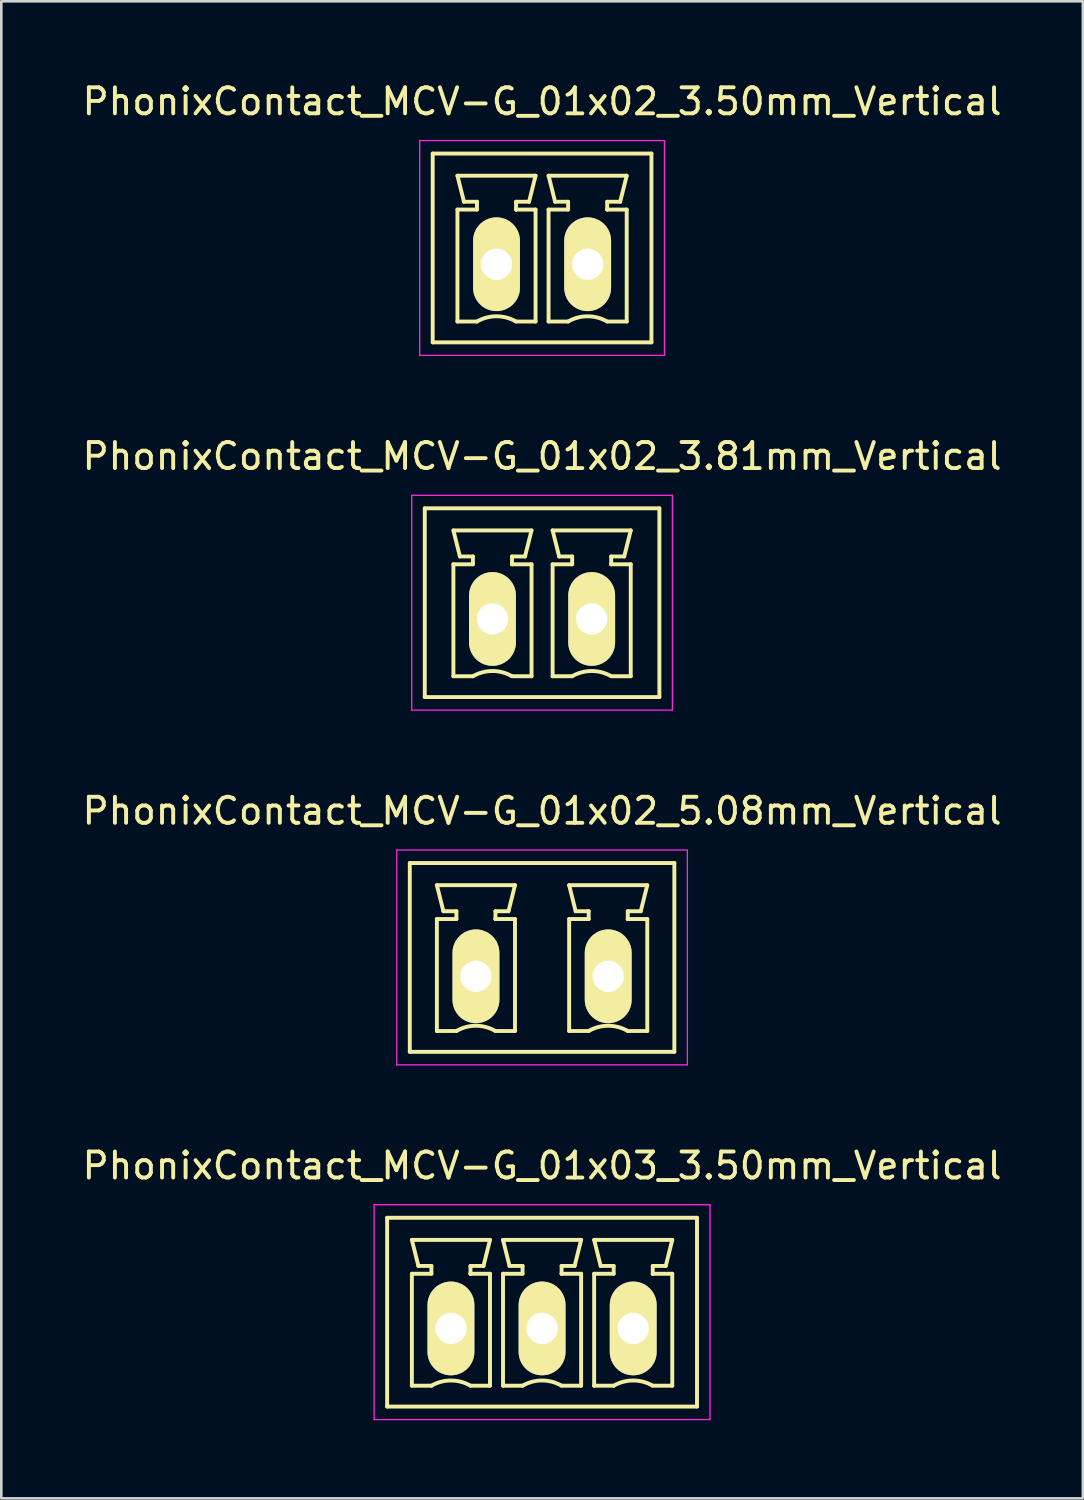
<source format=kicad_pcb>
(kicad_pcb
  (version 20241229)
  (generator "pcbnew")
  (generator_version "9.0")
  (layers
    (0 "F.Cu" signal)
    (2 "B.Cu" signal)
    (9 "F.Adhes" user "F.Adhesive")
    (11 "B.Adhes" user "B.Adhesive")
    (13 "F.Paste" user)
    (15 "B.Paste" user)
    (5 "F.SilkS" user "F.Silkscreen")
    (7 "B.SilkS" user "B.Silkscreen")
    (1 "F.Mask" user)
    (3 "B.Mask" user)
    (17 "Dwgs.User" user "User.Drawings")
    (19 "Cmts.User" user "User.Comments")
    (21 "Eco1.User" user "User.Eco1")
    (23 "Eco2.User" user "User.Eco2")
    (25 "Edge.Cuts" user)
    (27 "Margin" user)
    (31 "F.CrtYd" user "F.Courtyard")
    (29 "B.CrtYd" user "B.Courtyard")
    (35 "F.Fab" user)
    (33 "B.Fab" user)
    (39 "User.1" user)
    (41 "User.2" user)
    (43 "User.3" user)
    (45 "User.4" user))
  (footprint "PhonixContact_MCV-G_01x02_3.50mm_Vertical"
    (layer "F.Cu")
    (at 16.018 7.098)
    (property "Reference" "PhonixContact_MCV-G_01x02_3.50mm_Vertical" (at 1.75 -6.25 0) (layer "F.SilkS") (effects (font (size 1 1) (thickness 0.15))))
    (attr through_hole)
    (fp_line (start -2.45 -4.25) (end -2.45 3) (stroke (width 0.15) (type solid)) (layer "F.SilkS"))
    (fp_line (start -2.45 3) (end 5.95 3) (stroke (width 0.15) (type solid)) (layer "F.SilkS"))
    (fp_line (start -1.5 -3.4) (end 1.5 -3.4) (stroke (width 0.15) (type solid)) (layer "F.SilkS"))
    (fp_line (start -1.5 -2.1) (end -0.75 -2.1) (stroke (width 0.15) (type solid)) (layer "F.SilkS"))
    (fp_line (start -1.5 2.2) (end -1.5 -2.1) (stroke (width 0.15) (type solid)) (layer "F.SilkS"))
    (fp_line (start -1.25 -2.4) (end -1.5 -3.4) (stroke (width 0.15) (type solid)) (layer "F.SilkS"))
    (fp_line (start -0.75 -2.4) (end -1.25 -2.4) (stroke (width 0.15) (type solid)) (layer "F.SilkS"))
    (fp_line (start -0.75 -2.1) (end -0.75 -2.4) (stroke (width 0.15) (type solid)) (layer "F.SilkS"))
    (fp_line (start -0.75 2.2) (end -1.5 2.2) (stroke (width 0.15) (type solid)) (layer "F.SilkS"))
    (fp_line (start 0.75 -2.4) (end 0.75 -2.1) (stroke (width 0.15) (type solid)) (layer "F.SilkS"))
    (fp_line (start 0.75 -2.1) (end 0.75 -2.1) (stroke (width 0.15) (type solid)) (layer "F.SilkS"))
    (fp_line (start 0.75 -2.1) (end 1.5 -2.1) (stroke (width 0.15) (type solid)) (layer "F.SilkS"))
    (fp_line (start 1.25 -2.4) (end 0.75 -2.4) (stroke (width 0.15) (type solid)) (layer "F.SilkS"))
    (fp_line (start 1.5 -3.4) (end 1.25 -2.4) (stroke (width 0.15) (type solid)) (layer "F.SilkS"))
    (fp_line (start 1.5 -2.1) (end 1.5 2.2) (stroke (width 0.15) (type solid)) (layer "F.SilkS"))
    (fp_line (start 1.5 2.2) (end 0.75 2.2) (stroke (width 0.15) (type solid)) (layer "F.SilkS"))
    (fp_line (start 2 -3.4) (end 5 -3.4) (stroke (width 0.15) (type solid)) (layer "F.SilkS"))
    (fp_line (start 2 -2.1) (end 2.75 -2.1) (stroke (width 0.15) (type solid)) (layer "F.SilkS"))
    (fp_line (start 2 2.2) (end 2 -2.1) (stroke (width 0.15) (type solid)) (layer "F.SilkS"))
    (fp_line (start 2.25 -2.4) (end 2 -3.4) (stroke (width 0.15) (type solid)) (layer "F.SilkS"))
    (fp_line (start 2.75 -2.4) (end 2.25 -2.4) (stroke (width 0.15) (type solid)) (layer "F.SilkS"))
    (fp_line (start 2.75 -2.1) (end 2.75 -2.4) (stroke (width 0.15) (type solid)) (layer "F.SilkS"))
    (fp_line (start 2.75 2.2) (end 2 2.2) (stroke (width 0.15) (type solid)) (layer "F.SilkS"))
    (fp_line (start 4.25 -2.4) (end 4.25 -2.1) (stroke (width 0.15) (type solid)) (layer "F.SilkS"))
    (fp_line (start 4.25 -2.1) (end 4.25 -2.1) (stroke (width 0.15) (type solid)) (layer "F.SilkS"))
    (fp_line (start 4.25 -2.1) (end 5 -2.1) (stroke (width 0.15) (type solid)) (layer "F.SilkS"))
    (fp_line (start 4.75 -2.4) (end 4.25 -2.4) (stroke (width 0.15) (type solid)) (layer "F.SilkS"))
    (fp_line (start 5 -3.4) (end 4.75 -2.4) (stroke (width 0.15) (type solid)) (layer "F.SilkS"))
    (fp_line (start 5 -2.1) (end 5 2.2) (stroke (width 0.15) (type solid)) (layer "F.SilkS"))
    (fp_line (start 5 2.2) (end 4.25 2.2) (stroke (width 0.15) (type solid)) (layer "F.SilkS"))
    (fp_line (start 5.95 -4.25) (end -2.45 -4.25) (stroke (width 0.15) (type solid)) (layer "F.SilkS"))
    (fp_line (start 5.95 3) (end 5.95 -4.25) (stroke (width 0.15) (type solid)) (layer "F.SilkS"))
    (fp_arc (start -0.75 2.2) (mid -0.006068 1.999179) (end 0.739464 2.193978) (stroke (width 0.15) (type solid)) (layer "F.SilkS"))
    (fp_arc (start 2.75 2.2) (mid 3.493932 1.999179) (end 4.239464 2.193978) (stroke (width 0.15) (type solid)) (layer "F.SilkS"))
    (fp_line (start -2.95 -4.75) (end -2.95 3.5) (stroke (width 0.05) (type solid)) (layer "F.CrtYd"))
    (fp_line (start -2.95 3.5) (end 6.45 3.5) (stroke (width 0.05) (type solid)) (layer "F.CrtYd"))
    (fp_line (start 6.45 -4.75) (end -2.95 -4.75) (stroke (width 0.05) (type solid)) (layer "F.CrtYd"))
    (fp_line (start 6.45 3.5) (end 6.45 -4.75) (stroke (width 0.05) (type solid)) (layer "F.CrtYd"))
    (pad "1" thru_hole oval (at 0 0) (size 1.8 3.6) (drill 1.2) (layers "*.Cu" "*.Mask" "F.SilkS"))
    (pad "2" thru_hole oval (at 3.5 0) (size 1.8 3.6) (drill 1.2) (layers "*.Cu" "*.Mask" "F.SilkS")))
  (footprint "PhonixContact_MCV-G_01x02_3.81mm_Vertical"
    (layer "F.Cu")
    (at 15.863 20.721)
    (property "Reference" "PhonixContact_MCV-G_01x02_3.81mm_Vertical" (at 1.905 -6.25 0) (layer "F.SilkS") (effects (font (size 1 1) (thickness 0.15))))
    (attr through_hole)
    (fp_line (start -2.6 -4.25) (end -2.6 3) (stroke (width 0.15) (type solid)) (layer "F.SilkS"))
    (fp_line (start -2.6 3) (end 6.41 3) (stroke (width 0.15) (type solid)) (layer "F.SilkS"))
    (fp_line (start -1.5 -3.4) (end 1.5 -3.4) (stroke (width 0.15) (type solid)) (layer "F.SilkS"))
    (fp_line (start -1.5 -2.1) (end -0.75 -2.1) (stroke (width 0.15) (type solid)) (layer "F.SilkS"))
    (fp_line (start -1.5 2.2) (end -1.5 -2.1) (stroke (width 0.15) (type solid)) (layer "F.SilkS"))
    (fp_line (start -1.25 -2.4) (end -1.5 -3.4) (stroke (width 0.15) (type solid)) (layer "F.SilkS"))
    (fp_line (start -0.75 -2.4) (end -1.25 -2.4) (stroke (width 0.15) (type solid)) (layer "F.SilkS"))
    (fp_line (start -0.75 -2.1) (end -0.75 -2.4) (stroke (width 0.15) (type solid)) (layer "F.SilkS"))
    (fp_line (start -0.75 2.2) (end -1.5 2.2) (stroke (width 0.15) (type solid)) (layer "F.SilkS"))
    (fp_line (start 0.75 -2.4) (end 0.75 -2.1) (stroke (width 0.15) (type solid)) (layer "F.SilkS"))
    (fp_line (start 0.75 -2.1) (end 0.75 -2.1) (stroke (width 0.15) (type solid)) (layer "F.SilkS"))
    (fp_line (start 0.75 -2.1) (end 1.5 -2.1) (stroke (width 0.15) (type solid)) (layer "F.SilkS"))
    (fp_line (start 1.25 -2.4) (end 0.75 -2.4) (stroke (width 0.15) (type solid)) (layer "F.SilkS"))
    (fp_line (start 1.5 -3.4) (end 1.25 -2.4) (stroke (width 0.15) (type solid)) (layer "F.SilkS"))
    (fp_line (start 1.5 -2.1) (end 1.5 2.2) (stroke (width 0.15) (type solid)) (layer "F.SilkS"))
    (fp_line (start 1.5 2.2) (end 0.75 2.2) (stroke (width 0.15) (type solid)) (layer "F.SilkS"))
    (fp_line (start 2.31 -3.4) (end 5.31 -3.4) (stroke (width 0.15) (type solid)) (layer "F.SilkS"))
    (fp_line (start 2.31 -2.1) (end 3.06 -2.1) (stroke (width 0.15) (type solid)) (layer "F.SilkS"))
    (fp_line (start 2.31 2.2) (end 2.31 -2.1) (stroke (width 0.15) (type solid)) (layer "F.SilkS"))
    (fp_line (start 2.56 -2.4) (end 2.31 -3.4) (stroke (width 0.15) (type solid)) (layer "F.SilkS"))
    (fp_line (start 3.06 -2.4) (end 2.56 -2.4) (stroke (width 0.15) (type solid)) (layer "F.SilkS"))
    (fp_line (start 3.06 -2.1) (end 3.06 -2.4) (stroke (width 0.15) (type solid)) (layer "F.SilkS"))
    (fp_line (start 3.06 2.2) (end 2.31 2.2) (stroke (width 0.15) (type solid)) (layer "F.SilkS"))
    (fp_line (start 4.56 -2.4) (end 4.56 -2.1) (stroke (width 0.15) (type solid)) (layer "F.SilkS"))
    (fp_line (start 4.56 -2.1) (end 4.56 -2.1) (stroke (width 0.15) (type solid)) (layer "F.SilkS"))
    (fp_line (start 4.56 -2.1) (end 5.31 -2.1) (stroke (width 0.15) (type solid)) (layer "F.SilkS"))
    (fp_line (start 5.06 -2.4) (end 4.56 -2.4) (stroke (width 0.15) (type solid)) (layer "F.SilkS"))
    (fp_line (start 5.31 -3.4) (end 5.06 -2.4) (stroke (width 0.15) (type solid)) (layer "F.SilkS"))
    (fp_line (start 5.31 -2.1) (end 5.31 2.2) (stroke (width 0.15) (type solid)) (layer "F.SilkS"))
    (fp_line (start 5.31 2.2) (end 4.56 2.2) (stroke (width 0.15) (type solid)) (layer "F.SilkS"))
    (fp_line (start 6.41 -4.25) (end -2.6 -4.25) (stroke (width 0.15) (type solid)) (layer "F.SilkS"))
    (fp_line (start 6.41 3) (end 6.41 -4.25) (stroke (width 0.15) (type solid)) (layer "F.SilkS"))
    (fp_arc (start -0.75 2.2) (mid -0.006068 1.999179) (end 0.739464 2.193978) (stroke (width 0.15) (type solid)) (layer "F.SilkS"))
    (fp_arc (start 3.06 2.2) (mid 3.803932 1.999179) (end 4.549464 2.193978) (stroke (width 0.15) (type solid)) (layer "F.SilkS"))
    (fp_line (start -3.1 -4.75) (end -3.1 3.5) (stroke (width 0.05) (type solid)) (layer "F.CrtYd"))
    (fp_line (start -3.1 3.5) (end 6.91 3.5) (stroke (width 0.05) (type solid)) (layer "F.CrtYd"))
    (fp_line (start 6.91 -4.75) (end -3.1 -4.75) (stroke (width 0.05) (type solid)) (layer "F.CrtYd"))
    (fp_line (start 6.91 3.5) (end 6.91 -4.75) (stroke (width 0.05) (type solid)) (layer "F.CrtYd"))
    (pad "1" thru_hole oval (at 0 0) (size 1.8 3.6) (drill 1.2) (layers "*.Cu" "*.Mask" "F.SilkS"))
    (pad "2" thru_hole oval (at 3.81 0) (size 1.8 3.6) (drill 1.2) (layers "*.Cu" "*.Mask" "F.SilkS")))
  (footprint "PhonixContact_MCV-G_01x03_3.50mm_Vertical"
    (layer "F.Cu")
    (at 14.268 47.968)
    (property "Reference" "PhonixContact_MCV-G_01x03_3.50mm_Vertical" (at 3.5 -6.25 0) (layer "F.SilkS") (effects (font (size 1 1) (thickness 0.15))))
    (attr through_hole)
    (fp_line (start -2.45 -4.25) (end -2.45 3) (stroke (width 0.15) (type solid)) (layer "F.SilkS"))
    (fp_line (start -2.45 3) (end 9.45 3) (stroke (width 0.15) (type solid)) (layer "F.SilkS"))
    (fp_line (start -1.5 -3.4) (end 1.5 -3.4) (stroke (width 0.15) (type solid)) (layer "F.SilkS"))
    (fp_line (start -1.5 -2.1) (end -0.75 -2.1) (stroke (width 0.15) (type solid)) (layer "F.SilkS"))
    (fp_line (start -1.5 2.2) (end -1.5 -2.1) (stroke (width 0.15) (type solid)) (layer "F.SilkS"))
    (fp_line (start -1.25 -2.4) (end -1.5 -3.4) (stroke (width 0.15) (type solid)) (layer "F.SilkS"))
    (fp_line (start -0.75 -2.4) (end -1.25 -2.4) (stroke (width 0.15) (type solid)) (layer "F.SilkS"))
    (fp_line (start -0.75 -2.1) (end -0.75 -2.4) (stroke (width 0.15) (type solid)) (layer "F.SilkS"))
    (fp_line (start -0.75 2.2) (end -1.5 2.2) (stroke (width 0.15) (type solid)) (layer "F.SilkS"))
    (fp_line (start 0.75 -2.4) (end 0.75 -2.1) (stroke (width 0.15) (type solid)) (layer "F.SilkS"))
    (fp_line (start 0.75 -2.1) (end 0.75 -2.1) (stroke (width 0.15) (type solid)) (layer "F.SilkS"))
    (fp_line (start 0.75 -2.1) (end 1.5 -2.1) (stroke (width 0.15) (type solid)) (layer "F.SilkS"))
    (fp_line (start 1.25 -2.4) (end 0.75 -2.4) (stroke (width 0.15) (type solid)) (layer "F.SilkS"))
    (fp_line (start 1.5 -3.4) (end 1.25 -2.4) (stroke (width 0.15) (type solid)) (layer "F.SilkS"))
    (fp_line (start 1.5 -2.1) (end 1.5 2.2) (stroke (width 0.15) (type solid)) (layer "F.SilkS"))
    (fp_line (start 1.5 2.2) (end 0.75 2.2) (stroke (width 0.15) (type solid)) (layer "F.SilkS"))
    (fp_line (start 2 -3.4) (end 5 -3.4) (stroke (width 0.15) (type solid)) (layer "F.SilkS"))
    (fp_line (start 2 -2.1) (end 2.75 -2.1) (stroke (width 0.15) (type solid)) (layer "F.SilkS"))
    (fp_line (start 2 2.2) (end 2 -2.1) (stroke (width 0.15) (type solid)) (layer "F.SilkS"))
    (fp_line (start 2.25 -2.4) (end 2 -3.4) (stroke (width 0.15) (type solid)) (layer "F.SilkS"))
    (fp_line (start 2.75 -2.4) (end 2.25 -2.4) (stroke (width 0.15) (type solid)) (layer "F.SilkS"))
    (fp_line (start 2.75 -2.1) (end 2.75 -2.4) (stroke (width 0.15) (type solid)) (layer "F.SilkS"))
    (fp_line (start 2.75 2.2) (end 2 2.2) (stroke (width 0.15) (type solid)) (layer "F.SilkS"))
    (fp_line (start 4.25 -2.4) (end 4.25 -2.1) (stroke (width 0.15) (type solid)) (layer "F.SilkS"))
    (fp_line (start 4.25 -2.1) (end 4.25 -2.1) (stroke (width 0.15) (type solid)) (layer "F.SilkS"))
    (fp_line (start 4.25 -2.1) (end 5 -2.1) (stroke (width 0.15) (type solid)) (layer "F.SilkS"))
    (fp_line (start 4.75 -2.4) (end 4.25 -2.4) (stroke (width 0.15) (type solid)) (layer "F.SilkS"))
    (fp_line (start 5 -3.4) (end 4.75 -2.4) (stroke (width 0.15) (type solid)) (layer "F.SilkS"))
    (fp_line (start 5 -2.1) (end 5 2.2) (stroke (width 0.15) (type solid)) (layer "F.SilkS"))
    (fp_line (start 5 2.2) (end 4.25 2.2) (stroke (width 0.15) (type solid)) (layer "F.SilkS"))
    (fp_line (start 5.5 -3.4) (end 8.5 -3.4) (stroke (width 0.15) (type solid)) (layer "F.SilkS"))
    (fp_line (start 5.5 -2.1) (end 6.25 -2.1) (stroke (width 0.15) (type solid)) (layer "F.SilkS"))
    (fp_line (start 5.5 2.2) (end 5.5 -2.1) (stroke (width 0.15) (type solid)) (layer "F.SilkS"))
    (fp_line (start 5.75 -2.4) (end 5.5 -3.4) (stroke (width 0.15) (type solid)) (layer "F.SilkS"))
    (fp_line (start 6.25 -2.4) (end 5.75 -2.4) (stroke (width 0.15) (type solid)) (layer "F.SilkS"))
    (fp_line (start 6.25 -2.1) (end 6.25 -2.4) (stroke (width 0.15) (type solid)) (layer "F.SilkS"))
    (fp_line (start 6.25 2.2) (end 5.5 2.2) (stroke (width 0.15) (type solid)) (layer "F.SilkS"))
    (fp_line (start 7.75 -2.4) (end 7.75 -2.1) (stroke (width 0.15) (type solid)) (layer "F.SilkS"))
    (fp_line (start 7.75 -2.1) (end 7.75 -2.1) (stroke (width 0.15) (type solid)) (layer "F.SilkS"))
    (fp_line (start 7.75 -2.1) (end 8.5 -2.1) (stroke (width 0.15) (type solid)) (layer "F.SilkS"))
    (fp_line (start 8.25 -2.4) (end 7.75 -2.4) (stroke (width 0.15) (type solid)) (layer "F.SilkS"))
    (fp_line (start 8.5 -3.4) (end 8.25 -2.4) (stroke (width 0.15) (type solid)) (layer "F.SilkS"))
    (fp_line (start 8.5 -2.1) (end 8.5 2.2) (stroke (width 0.15) (type solid)) (layer "F.SilkS"))
    (fp_line (start 8.5 2.2) (end 7.75 2.2) (stroke (width 0.15) (type solid)) (layer "F.SilkS"))
    (fp_line (start 9.45 -4.25) (end -2.45 -4.25) (stroke (width 0.15) (type solid)) (layer "F.SilkS"))
    (fp_line (start 9.45 3) (end 9.45 -4.25) (stroke (width 0.15) (type solid)) (layer "F.SilkS"))
    (fp_arc (start -0.75 2.2) (mid -0.006068 1.999179) (end 0.739464 2.193978) (stroke (width 0.15) (type solid)) (layer "F.SilkS"))
    (fp_arc (start 2.75 2.2) (mid 3.493932 1.999179) (end 4.239464 2.193978) (stroke (width 0.15) (type solid)) (layer "F.SilkS"))
    (fp_arc (start 6.25 2.2) (mid 6.993932 1.999179) (end 7.739464 2.193978) (stroke (width 0.15) (type solid)) (layer "F.SilkS"))
    (fp_line (start -2.95 -4.75) (end -2.95 3.5) (stroke (width 0.05) (type solid)) (layer "F.CrtYd"))
    (fp_line (start -2.95 3.5) (end 9.95 3.5) (stroke (width 0.05) (type solid)) (layer "F.CrtYd"))
    (fp_line (start 9.95 -4.75) (end -2.95 -4.75) (stroke (width 0.05) (type solid)) (layer "F.CrtYd"))
    (fp_line (start 9.95 3.5) (end 9.95 -4.75) (stroke (width 0.05) (type solid)) (layer "F.CrtYd"))
    (pad "1" thru_hole oval (at 0 0) (size 1.8 3.6) (drill 1.2) (layers "*.Cu" "*.Mask" "F.SilkS"))
    (pad "2" thru_hole oval (at 3.5 0) (size 1.8 3.6) (drill 1.2) (layers "*.Cu" "*.Mask" "F.SilkS"))
    (pad "3" thru_hole oval (at 7 0) (size 1.8 3.6) (drill 1.2) (layers "*.Cu" "*.Mask" "F.SilkS")))
  (footprint "PhonixContact_MCV-G_01x02_5.08mm_Vertical"
    (layer "F.Cu")
    (at 15.228 34.445)
    (property "Reference" "PhonixContact_MCV-G_01x02_5.08mm_Vertical" (at 2.54 -6.35 0) (layer "F.SilkS") (effects (font (size 1 1) (thickness 0.15))))
    (attr through_hole)
    (fp_line (start -2.54 -4.35) (end -2.54 2.9) (stroke (width 0.15) (type solid)) (layer "F.SilkS"))
    (fp_line (start -2.54 2.9) (end 7.62 2.9) (stroke (width 0.15) (type solid)) (layer "F.SilkS"))
    (fp_line (start -1.5 -3.5) (end 1.5 -3.5) (stroke (width 0.15) (type solid)) (layer "F.SilkS"))
    (fp_line (start -1.5 -2.2) (end -0.75 -2.2) (stroke (width 0.15) (type solid)) (layer "F.SilkS"))
    (fp_line (start -1.5 2.1) (end -1.5 -2.2) (stroke (width 0.15) (type solid)) (layer "F.SilkS"))
    (fp_line (start -1.25 -2.5) (end -1.5 -3.5) (stroke (width 0.15) (type solid)) (layer "F.SilkS"))
    (fp_line (start -0.75 -2.5) (end -1.25 -2.5) (stroke (width 0.15) (type solid)) (layer "F.SilkS"))
    (fp_line (start -0.75 -2.2) (end -0.75 -2.5) (stroke (width 0.15) (type solid)) (layer "F.SilkS"))
    (fp_line (start -0.75 2.1) (end -1.5 2.1) (stroke (width 0.15) (type solid)) (layer "F.SilkS"))
    (fp_line (start 0.75 -2.5) (end 0.75 -2.2) (stroke (width 0.15) (type solid)) (layer "F.SilkS"))
    (fp_line (start 0.75 -2.2) (end 0.75 -2.2) (stroke (width 0.15) (type solid)) (layer "F.SilkS"))
    (fp_line (start 0.75 -2.2) (end 1.5 -2.2) (stroke (width 0.15) (type solid)) (layer "F.SilkS"))
    (fp_line (start 1.25 -2.5) (end 0.75 -2.5) (stroke (width 0.15) (type solid)) (layer "F.SilkS"))
    (fp_line (start 1.5 -3.5) (end 1.25 -2.5) (stroke (width 0.15) (type solid)) (layer "F.SilkS"))
    (fp_line (start 1.5 -2.2) (end 1.5 2.1) (stroke (width 0.15) (type solid)) (layer "F.SilkS"))
    (fp_line (start 1.5 2.1) (end 0.75 2.1) (stroke (width 0.15) (type solid)) (layer "F.SilkS"))
    (fp_line (start 3.58 -3.5) (end 6.58 -3.5) (stroke (width 0.15) (type solid)) (layer "F.SilkS"))
    (fp_line (start 3.58 -2.2) (end 4.33 -2.2) (stroke (width 0.15) (type solid)) (layer "F.SilkS"))
    (fp_line (start 3.58 2.1) (end 3.58 -2.2) (stroke (width 0.15) (type solid)) (layer "F.SilkS"))
    (fp_line (start 3.83 -2.5) (end 3.58 -3.5) (stroke (width 0.15) (type solid)) (layer "F.SilkS"))
    (fp_line (start 4.33 -2.5) (end 3.83 -2.5) (stroke (width 0.15) (type solid)) (layer "F.SilkS"))
    (fp_line (start 4.33 -2.2) (end 4.33 -2.5) (stroke (width 0.15) (type solid)) (layer "F.SilkS"))
    (fp_line (start 4.33 2.1) (end 3.58 2.1) (stroke (width 0.15) (type solid)) (layer "F.SilkS"))
    (fp_line (start 5.83 -2.5) (end 5.83 -2.2) (stroke (width 0.15) (type solid)) (layer "F.SilkS"))
    (fp_line (start 5.83 -2.2) (end 5.83 -2.2) (stroke (width 0.15) (type solid)) (layer "F.SilkS"))
    (fp_line (start 5.83 -2.2) (end 6.58 -2.2) (stroke (width 0.15) (type solid)) (layer "F.SilkS"))
    (fp_line (start 6.33 -2.5) (end 5.83 -2.5) (stroke (width 0.15) (type solid)) (layer "F.SilkS"))
    (fp_line (start 6.58 -3.5) (end 6.33 -2.5) (stroke (width 0.15) (type solid)) (layer "F.SilkS"))
    (fp_line (start 6.58 -2.2) (end 6.58 2.1) (stroke (width 0.15) (type solid)) (layer "F.SilkS"))
    (fp_line (start 6.58 2.1) (end 5.83 2.1) (stroke (width 0.15) (type solid)) (layer "F.SilkS"))
    (fp_line (start 7.62 -4.35) (end -2.54 -4.35) (stroke (width 0.15) (type solid)) (layer "F.SilkS"))
    (fp_line (start 7.62 2.9) (end 7.62 -4.35) (stroke (width 0.15) (type solid)) (layer "F.SilkS"))
    (fp_arc (start -0.75 2.1) (mid -0.006068 1.899179) (end 0.739464 2.093978) (stroke (width 0.15) (type solid)) (layer "F.SilkS"))
    (fp_arc (start 4.33 2.1) (mid 5.073932 1.899179) (end 5.819464 2.093978) (stroke (width 0.15) (type solid)) (layer "F.SilkS"))
    (fp_line (start -3.04 -4.85) (end -3.04 3.4) (stroke (width 0.05) (type solid)) (layer "F.CrtYd"))
    (fp_line (start -3.04 3.4) (end 8.12 3.4) (stroke (width 0.05) (type solid)) (layer "F.CrtYd"))
    (fp_line (start 8.12 -4.85) (end -3.04 -4.85) (stroke (width 0.05) (type solid)) (layer "F.CrtYd"))
    (fp_line (start 8.12 3.4) (end 8.12 -4.85) (stroke (width 0.05) (type solid)) (layer "F.CrtYd"))
    (pad "1" thru_hole oval (at 0 0) (size 1.8 3.6) (drill 1.2) (layers "*.Cu" "*.Mask" "F.SilkS"))
    (pad "2" thru_hole oval (at 5.08 0) (size 1.8 3.6) (drill 1.2) (layers "*.Cu" "*.Mask" "F.SilkS")))
  (gr_rect
    (start -3 -3)
    (end 38.536 54.493)
    (stroke (width 0.1) (type default))
    (fill no)
    (layer "Edge.Cuts")))
</source>
